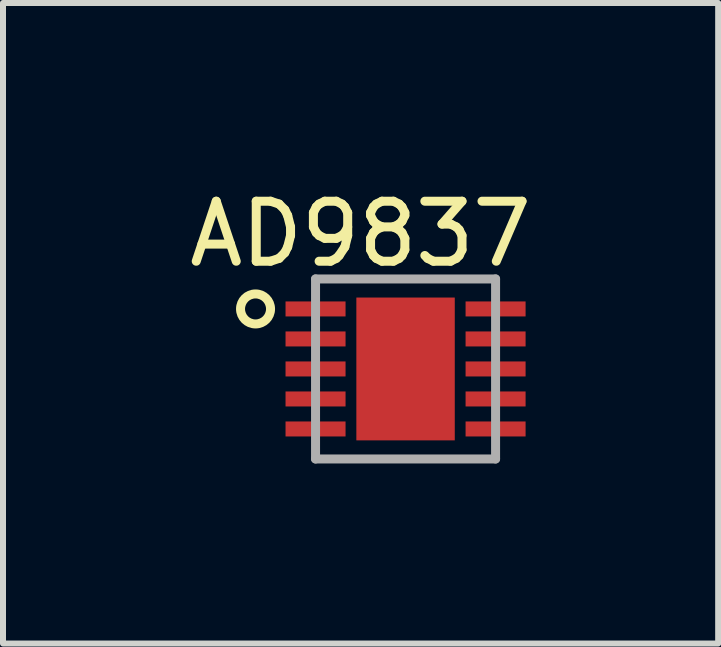
<source format=kicad_pcb>
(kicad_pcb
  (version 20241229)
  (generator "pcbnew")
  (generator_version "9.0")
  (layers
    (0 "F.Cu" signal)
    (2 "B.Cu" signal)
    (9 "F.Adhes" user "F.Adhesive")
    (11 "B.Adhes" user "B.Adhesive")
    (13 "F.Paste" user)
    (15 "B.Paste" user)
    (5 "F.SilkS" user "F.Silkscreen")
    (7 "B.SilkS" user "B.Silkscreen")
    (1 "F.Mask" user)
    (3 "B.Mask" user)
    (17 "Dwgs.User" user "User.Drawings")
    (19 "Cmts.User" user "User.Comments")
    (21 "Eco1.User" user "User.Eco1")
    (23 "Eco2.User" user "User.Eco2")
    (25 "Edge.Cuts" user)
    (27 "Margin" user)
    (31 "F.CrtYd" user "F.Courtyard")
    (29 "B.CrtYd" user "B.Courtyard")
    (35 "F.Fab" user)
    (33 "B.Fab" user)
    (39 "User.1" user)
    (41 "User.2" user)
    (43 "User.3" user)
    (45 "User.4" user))
  (footprint "AD9837"
    (layer "F.Cu")
    (at 3.708 3.098)
    (property "Reference" "AD9837" (at -0.75 -2.25 0) (layer "F.SilkS") (effects (font (size 1 1) (thickness 0.15))))
    (attr through_hole)
    (fp_circle (center -2.5 -1) (end -2.5 -1.25) (stroke (width 0.15) (type solid)) (fill no) (layer "F.SilkS"))
    (fp_line (start -1.5 -1.5) (end 1.5 -1.5) (stroke (width 0.15) (type solid)) (layer "F.Fab"))
    (fp_line (start -1.5 1.5) (end -1.5 -1.5) (stroke (width 0.15) (type solid)) (layer "F.Fab"))
    (fp_line (start 1.5 -1.5) (end 1.5 1.5) (stroke (width 0.15) (type solid)) (layer "F.Fab"))
    (fp_line (start 1.5 1.5) (end -1.5 1.5) (stroke (width 0.15) (type solid)) (layer "F.Fab"))
    (pad "1" smd rect (at -1.5 -1) (size 1 0.25) (layers "F.Cu" "F.Mask" "F.Paste"))
    (pad "2" smd rect (at -1.5 -0.5) (size 1 0.25) (layers "F.Cu" "F.Mask" "F.Paste"))
    (pad "3" smd rect (at -1.5 0) (size 1 0.25) (layers "F.Cu" "F.Mask" "F.Paste"))
    (pad "4" smd rect (at -1.5 0.5) (size 1 0.25) (layers "F.Cu" "F.Mask" "F.Paste"))
    (pad "5" smd rect (at -1.5 1) (size 1 0.25) (layers "F.Cu" "F.Mask" "F.Paste"))
    (pad "6" smd rect (at 1.5 1) (size 1 0.25) (layers "F.Cu" "F.Mask" "F.Paste"))
    (pad "7" smd rect (at 1.5 0.5) (size 1 0.25) (layers "F.Cu" "F.Mask" "F.Paste"))
    (pad "8" smd rect (at 1.5 0) (size 1 0.25) (layers "F.Cu" "F.Mask" "F.Paste"))
    (pad "9" smd rect (at 1.5 -0.5) (size 1 0.25) (layers "F.Cu" "F.Mask" "F.Paste"))
    (pad "10" smd rect (at 1.5 -1) (size 1 0.25) (layers "F.Cu" "F.Mask" "F.Paste"))
    (pad "11" smd rect (at 0 0) (size 1.64 2.38) (layers "F.Cu" "F.Mask" "F.Paste")))
  (gr_rect
    (start -3 -3)
    (end 8.917 7.673)
    (stroke (width 0.1) (type default))
    (fill no)
    (layer "Edge.Cuts")))
</source>
